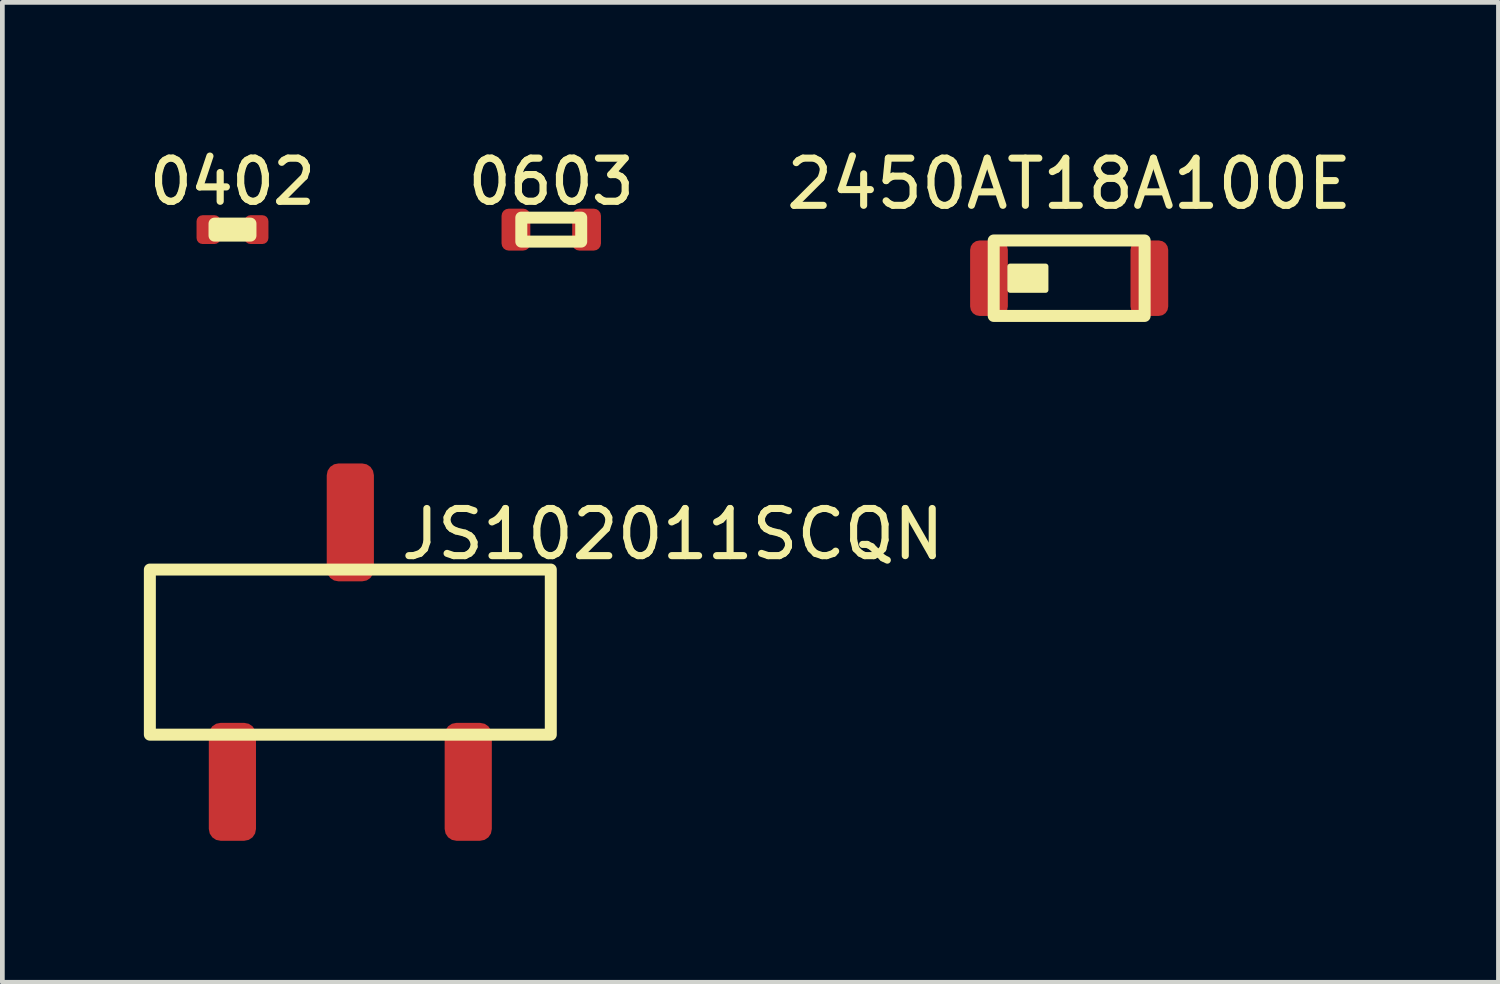
<source format=kicad_pcb>
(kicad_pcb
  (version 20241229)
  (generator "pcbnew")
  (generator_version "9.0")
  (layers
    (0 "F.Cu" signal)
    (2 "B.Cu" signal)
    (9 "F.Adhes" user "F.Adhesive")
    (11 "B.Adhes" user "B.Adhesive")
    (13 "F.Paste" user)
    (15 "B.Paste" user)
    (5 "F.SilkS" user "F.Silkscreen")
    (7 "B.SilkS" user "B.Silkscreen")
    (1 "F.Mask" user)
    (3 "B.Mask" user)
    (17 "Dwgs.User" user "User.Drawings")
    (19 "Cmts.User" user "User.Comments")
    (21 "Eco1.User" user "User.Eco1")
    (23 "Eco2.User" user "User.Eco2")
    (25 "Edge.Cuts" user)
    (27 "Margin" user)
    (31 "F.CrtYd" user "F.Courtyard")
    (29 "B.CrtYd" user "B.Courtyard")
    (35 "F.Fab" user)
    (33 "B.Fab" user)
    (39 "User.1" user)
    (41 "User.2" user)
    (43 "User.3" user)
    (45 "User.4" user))
  (footprint "JS102011SCQN"
    (layer "F.Cu")
    (at 4.377 10.775)
    (property "Reference" "JS102011SCQN" (at 1 -2.5 0) (unlocked yes) (layer "F.SilkS") (effects (font (size 1 1) (thickness 0.15)) (justify left)))
    (attr smd)
    (fp_rect (start -4.25 -1.75) (end 4.25 1.75) (stroke (width 0.254) (type solid)) (fill no) (layer "F.SilkS"))
    (pad "1" smd roundrect (at -2.5 2.75) (size 1 2.5) (layers "F.Cu" "F.Mask") (roundrect_rratio 0.25))
    (pad "2" smd roundrect (at 0 -2.75) (size 1 2.5) (layers "F.Cu" "F.Mask") (roundrect_rratio 0.25))
    (pad "3" smd roundrect (at 2.5 2.75) (size 1 2.5) (layers "F.Cu" "F.Mask") (roundrect_rratio 0.25)))
  (footprint "0402"
    (layer "F.Cu")
    (at 1.879 1.818)
    (property "Reference" "0402" (at 0 -1.016 0) (unlocked yes) (layer "F.SilkS") (effects (font (size 0.914 0.914) (thickness 0.152))))
    (attr smd)
    (fp_rect (start -0.381 -0.127) (end 0.381 0.127) (stroke (width 0.254) (type solid)) (fill no) (layer "F.SilkS"))
    (pad "1" smd roundrect (at -0.508 0) (size 0.508 0.61) (layers "F.Cu" "F.Mask") (roundrect_rratio 0.25))
    (pad "2" smd roundrect (at 0.508 0) (size 0.508 0.61) (layers "F.Cu" "F.Mask") (roundrect_rratio 0.25)))
  (footprint "2450AT18A100E"
    (layer "F.Cu")
    (at 19.617 2.848)
    (property "Reference" "2450AT18A100E" (at 0 -2 0) (unlocked yes) (layer "F.SilkS") (effects (font (size 1 1) (thickness 0.15))))
    (attr smd)
    (fp_rect (start -1.6 -0.8) (end 1.6 0.8) (stroke (width 0.254) (type solid)) (fill no) (layer "F.SilkS"))
    (fp_rect (start -1.25 0.25) (end -0.5 -0.25) (stroke (width 0.12) (type solid)) (fill yes) (layer "F.SilkS"))
    (pad "1" smd roundrect (at -1.7 0) (size 0.8 1.6) (layers "F.Cu" "F.Mask") (roundrect_rratio 0.25))
    (pad "2" smd roundrect (at 1.7 0) (size 0.8 1.6) (layers "F.Cu" "F.Mask") (roundrect_rratio 0.25)))
  (footprint "0603"
    (layer "F.Cu")
    (at 8.637 1.818)
    (property "Reference" "0603" (at 0 -1.016 0) (unlocked yes) (layer "F.SilkS") (effects (font (size 0.914 0.914) (thickness 0.152))))
    (attr smd)
    (fp_rect (start -0.635 -0.254) (end 0.635 0.254) (stroke (width 0.254) (type solid)) (fill no) (layer "F.SilkS"))
    (pad "1" smd roundrect (at -0.749 0) (size 0.61 0.889) (layers "F.Cu" "F.Mask") (roundrect_rratio 0.25))
    (pad "2" smd roundrect (at 0.749 0) (size 0.61 0.889) (layers "F.Cu" "F.Mask") (roundrect_rratio 0.25)))
  (gr_rect
    (start -3 -3)
    (end 28.718 17.775)
    (stroke (width 0.1) (type default))
    (fill no)
    (layer "Edge.Cuts")))
</source>
